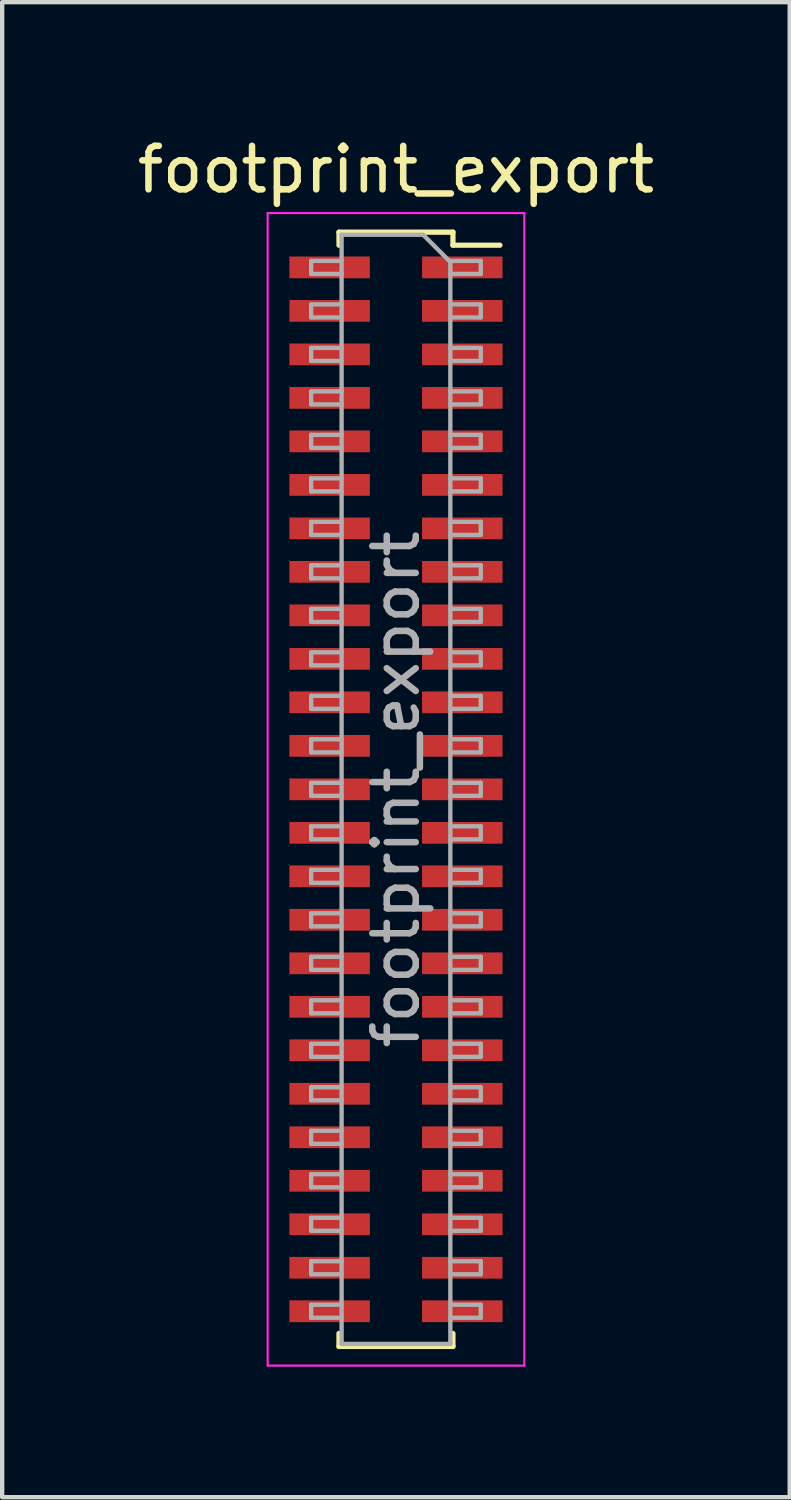
<source format=kicad_pcb>
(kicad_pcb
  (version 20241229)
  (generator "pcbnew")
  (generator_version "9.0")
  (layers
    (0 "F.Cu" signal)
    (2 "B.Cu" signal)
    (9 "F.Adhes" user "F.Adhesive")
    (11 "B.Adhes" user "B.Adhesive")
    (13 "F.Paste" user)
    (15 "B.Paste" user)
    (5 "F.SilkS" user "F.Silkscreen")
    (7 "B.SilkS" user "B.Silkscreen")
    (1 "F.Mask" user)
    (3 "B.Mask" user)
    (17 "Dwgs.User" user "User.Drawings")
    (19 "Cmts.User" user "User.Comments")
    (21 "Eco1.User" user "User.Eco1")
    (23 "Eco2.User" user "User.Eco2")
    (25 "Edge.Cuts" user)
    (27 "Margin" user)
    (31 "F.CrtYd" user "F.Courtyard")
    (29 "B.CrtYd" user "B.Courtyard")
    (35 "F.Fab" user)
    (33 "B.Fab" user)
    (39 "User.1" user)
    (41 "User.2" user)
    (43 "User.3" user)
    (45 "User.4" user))
  (footprint "footprint_export"
    (layer "F.Cu")
    (at 6.054 15.098)
    (property "Reference" "footprint_export" (at 0 -14.25 0) (layer "F.SilkS") (effects (font (size 1 1) (thickness 0.15))))
    (attr smd)
    (fp_line (start -1.31 -12.81) (end -1.31 -12.51) (stroke (width 0.12) (type solid)) (layer "F.SilkS"))
    (fp_line (start -1.31 -12.81) (end 1.31 -12.81) (stroke (width 0.12) (type solid)) (layer "F.SilkS"))
    (fp_line (start -1.31 12.51) (end -1.31 12.81) (stroke (width 0.12) (type solid)) (layer "F.SilkS"))
    (fp_line (start -1.31 12.81) (end 1.31 12.81) (stroke (width 0.12) (type solid)) (layer "F.SilkS"))
    (fp_line (start 1.31 -12.81) (end 1.31 -12.51) (stroke (width 0.12) (type solid)) (layer "F.SilkS"))
    (fp_line (start 1.31 -12.51) (end 2.39 -12.51) (stroke (width 0.12) (type solid)) (layer "F.SilkS"))
    (fp_line (start 1.31 12.51) (end 1.31 12.81) (stroke (width 0.12) (type solid)) (layer "F.SilkS"))
    (fp_line (start -2.95 -13.25) (end 2.95 -13.25) (stroke (width 0.05) (type solid)) (layer "F.CrtYd"))
    (fp_line (start -2.95 13.25) (end -2.95 -13.25) (stroke (width 0.05) (type solid)) (layer "F.CrtYd"))
    (fp_line (start 2.95 -13.25) (end 2.95 13.25) (stroke (width 0.05) (type solid)) (layer "F.CrtYd"))
    (fp_line (start 2.95 13.25) (end -2.95 13.25) (stroke (width 0.05) (type solid)) (layer "F.CrtYd"))
    (fp_line (start -1.95 -12.15) (end -1.25 -12.15) (stroke (width 0.1) (type solid)) (layer "F.Fab"))
    (fp_line (start -1.95 -11.85) (end -1.95 -12.15) (stroke (width 0.1) (type solid)) (layer "F.Fab"))
    (fp_line (start -1.95 -11.15) (end -1.25 -11.15) (stroke (width 0.1) (type solid)) (layer "F.Fab"))
    (fp_line (start -1.95 -10.85) (end -1.95 -11.15) (stroke (width 0.1) (type solid)) (layer "F.Fab"))
    (fp_line (start -1.95 -10.15) (end -1.25 -10.15) (stroke (width 0.1) (type solid)) (layer "F.Fab"))
    (fp_line (start -1.95 -9.85) (end -1.95 -10.15) (stroke (width 0.1) (type solid)) (layer "F.Fab"))
    (fp_line (start -1.95 -9.15) (end -1.25 -9.15) (stroke (width 0.1) (type solid)) (layer "F.Fab"))
    (fp_line (start -1.95 -8.85) (end -1.95 -9.15) (stroke (width 0.1) (type solid)) (layer "F.Fab"))
    (fp_line (start -1.95 -8.15) (end -1.25 -8.15) (stroke (width 0.1) (type solid)) (layer "F.Fab"))
    (fp_line (start -1.95 -7.85) (end -1.95 -8.15) (stroke (width 0.1) (type solid)) (layer "F.Fab"))
    (fp_line (start -1.95 -7.15) (end -1.25 -7.15) (stroke (width 0.1) (type solid)) (layer "F.Fab"))
    (fp_line (start -1.95 -6.85) (end -1.95 -7.15) (stroke (width 0.1) (type solid)) (layer "F.Fab"))
    (fp_line (start -1.95 -6.15) (end -1.25 -6.15) (stroke (width 0.1) (type solid)) (layer "F.Fab"))
    (fp_line (start -1.95 -5.85) (end -1.95 -6.15) (stroke (width 0.1) (type solid)) (layer "F.Fab"))
    (fp_line (start -1.95 -5.15) (end -1.25 -5.15) (stroke (width 0.1) (type solid)) (layer "F.Fab"))
    (fp_line (start -1.95 -4.85) (end -1.95 -5.15) (stroke (width 0.1) (type solid)) (layer "F.Fab"))
    (fp_line (start -1.95 -4.15) (end -1.25 -4.15) (stroke (width 0.1) (type solid)) (layer "F.Fab"))
    (fp_line (start -1.95 -3.85) (end -1.95 -4.15) (stroke (width 0.1) (type solid)) (layer "F.Fab"))
    (fp_line (start -1.95 -3.15) (end -1.25 -3.15) (stroke (width 0.1) (type solid)) (layer "F.Fab"))
    (fp_line (start -1.95 -2.85) (end -1.95 -3.15) (stroke (width 0.1) (type solid)) (layer "F.Fab"))
    (fp_line (start -1.95 -2.15) (end -1.25 -2.15) (stroke (width 0.1) (type solid)) (layer "F.Fab"))
    (fp_line (start -1.95 -1.85) (end -1.95 -2.15) (stroke (width 0.1) (type solid)) (layer "F.Fab"))
    (fp_line (start -1.95 -1.15) (end -1.25 -1.15) (stroke (width 0.1) (type solid)) (layer "F.Fab"))
    (fp_line (start -1.95 -0.85) (end -1.95 -1.15) (stroke (width 0.1) (type solid)) (layer "F.Fab"))
    (fp_line (start -1.95 -0.15) (end -1.25 -0.15) (stroke (width 0.1) (type solid)) (layer "F.Fab"))
    (fp_line (start -1.95 0.15) (end -1.95 -0.15) (stroke (width 0.1) (type solid)) (layer "F.Fab"))
    (fp_line (start -1.95 0.85) (end -1.25 0.85) (stroke (width 0.1) (type solid)) (layer "F.Fab"))
    (fp_line (start -1.95 1.15) (end -1.95 0.85) (stroke (width 0.1) (type solid)) (layer "F.Fab"))
    (fp_line (start -1.95 1.85) (end -1.25 1.85) (stroke (width 0.1) (type solid)) (layer "F.Fab"))
    (fp_line (start -1.95 2.15) (end -1.95 1.85) (stroke (width 0.1) (type solid)) (layer "F.Fab"))
    (fp_line (start -1.95 2.85) (end -1.25 2.85) (stroke (width 0.1) (type solid)) (layer "F.Fab"))
    (fp_line (start -1.95 3.15) (end -1.95 2.85) (stroke (width 0.1) (type solid)) (layer "F.Fab"))
    (fp_line (start -1.95 3.85) (end -1.25 3.85) (stroke (width 0.1) (type solid)) (layer "F.Fab"))
    (fp_line (start -1.95 4.15) (end -1.95 3.85) (stroke (width 0.1) (type solid)) (layer "F.Fab"))
    (fp_line (start -1.95 4.85) (end -1.25 4.85) (stroke (width 0.1) (type solid)) (layer "F.Fab"))
    (fp_line (start -1.95 5.15) (end -1.95 4.85) (stroke (width 0.1) (type solid)) (layer "F.Fab"))
    (fp_line (start -1.95 5.85) (end -1.25 5.85) (stroke (width 0.1) (type solid)) (layer "F.Fab"))
    (fp_line (start -1.95 6.15) (end -1.95 5.85) (stroke (width 0.1) (type solid)) (layer "F.Fab"))
    (fp_line (start -1.95 6.85) (end -1.25 6.85) (stroke (width 0.1) (type solid)) (layer "F.Fab"))
    (fp_line (start -1.95 7.15) (end -1.95 6.85) (stroke (width 0.1) (type solid)) (layer "F.Fab"))
    (fp_line (start -1.95 7.85) (end -1.25 7.85) (stroke (width 0.1) (type solid)) (layer "F.Fab"))
    (fp_line (start -1.95 8.15) (end -1.95 7.85) (stroke (width 0.1) (type solid)) (layer "F.Fab"))
    (fp_line (start -1.95 8.85) (end -1.25 8.85) (stroke (width 0.1) (type solid)) (layer "F.Fab"))
    (fp_line (start -1.95 9.15) (end -1.95 8.85) (stroke (width 0.1) (type solid)) (layer "F.Fab"))
    (fp_line (start -1.95 9.85) (end -1.25 9.85) (stroke (width 0.1) (type solid)) (layer "F.Fab"))
    (fp_line (start -1.95 10.15) (end -1.95 9.85) (stroke (width 0.1) (type solid)) (layer "F.Fab"))
    (fp_line (start -1.95 10.85) (end -1.25 10.85) (stroke (width 0.1) (type solid)) (layer "F.Fab"))
    (fp_line (start -1.95 11.15) (end -1.95 10.85) (stroke (width 0.1) (type solid)) (layer "F.Fab"))
    (fp_line (start -1.95 11.85) (end -1.25 11.85) (stroke (width 0.1) (type solid)) (layer "F.Fab"))
    (fp_line (start -1.95 12.15) (end -1.95 11.85) (stroke (width 0.1) (type solid)) (layer "F.Fab"))
    (fp_line (start -1.25 -12.75) (end 0.625 -12.75) (stroke (width 0.1) (type solid)) (layer "F.Fab"))
    (fp_line (start -1.25 -11.85) (end -1.95 -11.85) (stroke (width 0.1) (type solid)) (layer "F.Fab"))
    (fp_line (start -1.25 -10.85) (end -1.95 -10.85) (stroke (width 0.1) (type solid)) (layer "F.Fab"))
    (fp_line (start -1.25 -9.85) (end -1.95 -9.85) (stroke (width 0.1) (type solid)) (layer "F.Fab"))
    (fp_line (start -1.25 -8.85) (end -1.95 -8.85) (stroke (width 0.1) (type solid)) (layer "F.Fab"))
    (fp_line (start -1.25 -7.85) (end -1.95 -7.85) (stroke (width 0.1) (type solid)) (layer "F.Fab"))
    (fp_line (start -1.25 -6.85) (end -1.95 -6.85) (stroke (width 0.1) (type solid)) (layer "F.Fab"))
    (fp_line (start -1.25 -5.85) (end -1.95 -5.85) (stroke (width 0.1) (type solid)) (layer "F.Fab"))
    (fp_line (start -1.25 -4.85) (end -1.95 -4.85) (stroke (width 0.1) (type solid)) (layer "F.Fab"))
    (fp_line (start -1.25 -3.85) (end -1.95 -3.85) (stroke (width 0.1) (type solid)) (layer "F.Fab"))
    (fp_line (start -1.25 -2.85) (end -1.95 -2.85) (stroke (width 0.1) (type solid)) (layer "F.Fab"))
    (fp_line (start -1.25 -1.85) (end -1.95 -1.85) (stroke (width 0.1) (type solid)) (layer "F.Fab"))
    (fp_line (start -1.25 -0.85) (end -1.95 -0.85) (stroke (width 0.1) (type solid)) (layer "F.Fab"))
    (fp_line (start -1.25 0.15) (end -1.95 0.15) (stroke (width 0.1) (type solid)) (layer "F.Fab"))
    (fp_line (start -1.25 1.15) (end -1.95 1.15) (stroke (width 0.1) (type solid)) (layer "F.Fab"))
    (fp_line (start -1.25 2.15) (end -1.95 2.15) (stroke (width 0.1) (type solid)) (layer "F.Fab"))
    (fp_line (start -1.25 3.15) (end -1.95 3.15) (stroke (width 0.1) (type solid)) (layer "F.Fab"))
    (fp_line (start -1.25 4.15) (end -1.95 4.15) (stroke (width 0.1) (type solid)) (layer "F.Fab"))
    (fp_line (start -1.25 5.15) (end -1.95 5.15) (stroke (width 0.1) (type solid)) (layer "F.Fab"))
    (fp_line (start -1.25 6.15) (end -1.95 6.15) (stroke (width 0.1) (type solid)) (layer "F.Fab"))
    (fp_line (start -1.25 7.15) (end -1.95 7.15) (stroke (width 0.1) (type solid)) (layer "F.Fab"))
    (fp_line (start -1.25 8.15) (end -1.95 8.15) (stroke (width 0.1) (type solid)) (layer "F.Fab"))
    (fp_line (start -1.25 9.15) (end -1.95 9.15) (stroke (width 0.1) (type solid)) (layer "F.Fab"))
    (fp_line (start -1.25 10.15) (end -1.95 10.15) (stroke (width 0.1) (type solid)) (layer "F.Fab"))
    (fp_line (start -1.25 11.15) (end -1.95 11.15) (stroke (width 0.1) (type solid)) (layer "F.Fab"))
    (fp_line (start -1.25 12.15) (end -1.95 12.15) (stroke (width 0.1) (type solid)) (layer "F.Fab"))
    (fp_line (start -1.25 12.75) (end -1.25 -12.75) (stroke (width 0.1) (type solid)) (layer "F.Fab"))
    (fp_line (start 0.625 -12.75) (end 1.25 -12.125) (stroke (width 0.1) (type solid)) (layer "F.Fab"))
    (fp_line (start 1.25 -12.15) (end 1.95 -12.15) (stroke (width 0.1) (type solid)) (layer "F.Fab"))
    (fp_line (start 1.25 -12.125) (end 1.25 12.75) (stroke (width 0.1) (type solid)) (layer "F.Fab"))
    (fp_line (start 1.25 -11.15) (end 1.95 -11.15) (stroke (width 0.1) (type solid)) (layer "F.Fab"))
    (fp_line (start 1.25 -10.15) (end 1.95 -10.15) (stroke (width 0.1) (type solid)) (layer "F.Fab"))
    (fp_line (start 1.25 -9.15) (end 1.95 -9.15) (stroke (width 0.1) (type solid)) (layer "F.Fab"))
    (fp_line (start 1.25 -8.15) (end 1.95 -8.15) (stroke (width 0.1) (type solid)) (layer "F.Fab"))
    (fp_line (start 1.25 -7.15) (end 1.95 -7.15) (stroke (width 0.1) (type solid)) (layer "F.Fab"))
    (fp_line (start 1.25 -6.15) (end 1.95 -6.15) (stroke (width 0.1) (type solid)) (layer "F.Fab"))
    (fp_line (start 1.25 -5.15) (end 1.95 -5.15) (stroke (width 0.1) (type solid)) (layer "F.Fab"))
    (fp_line (start 1.25 -4.15) (end 1.95 -4.15) (stroke (width 0.1) (type solid)) (layer "F.Fab"))
    (fp_line (start 1.25 -3.15) (end 1.95 -3.15) (stroke (width 0.1) (type solid)) (layer "F.Fab"))
    (fp_line (start 1.25 -2.15) (end 1.95 -2.15) (stroke (width 0.1) (type solid)) (layer "F.Fab"))
    (fp_line (start 1.25 -1.15) (end 1.95 -1.15) (stroke (width 0.1) (type solid)) (layer "F.Fab"))
    (fp_line (start 1.25 -0.15) (end 1.95 -0.15) (stroke (width 0.1) (type solid)) (layer "F.Fab"))
    (fp_line (start 1.25 0.85) (end 1.95 0.85) (stroke (width 0.1) (type solid)) (layer "F.Fab"))
    (fp_line (start 1.25 1.85) (end 1.95 1.85) (stroke (width 0.1) (type solid)) (layer "F.Fab"))
    (fp_line (start 1.25 2.85) (end 1.95 2.85) (stroke (width 0.1) (type solid)) (layer "F.Fab"))
    (fp_line (start 1.25 3.85) (end 1.95 3.85) (stroke (width 0.1) (type solid)) (layer "F.Fab"))
    (fp_line (start 1.25 4.85) (end 1.95 4.85) (stroke (width 0.1) (type solid)) (layer "F.Fab"))
    (fp_line (start 1.25 5.85) (end 1.95 5.85) (stroke (width 0.1) (type solid)) (layer "F.Fab"))
    (fp_line (start 1.25 6.85) (end 1.95 6.85) (stroke (width 0.1) (type solid)) (layer "F.Fab"))
    (fp_line (start 1.25 7.85) (end 1.95 7.85) (stroke (width 0.1) (type solid)) (layer "F.Fab"))
    (fp_line (start 1.25 8.85) (end 1.95 8.85) (stroke (width 0.1) (type solid)) (layer "F.Fab"))
    (fp_line (start 1.25 9.85) (end 1.95 9.85) (stroke (width 0.1) (type solid)) (layer "F.Fab"))
    (fp_line (start 1.25 10.85) (end 1.95 10.85) (stroke (width 0.1) (type solid)) (layer "F.Fab"))
    (fp_line (start 1.25 11.85) (end 1.95 11.85) (stroke (width 0.1) (type solid)) (layer "F.Fab"))
    (fp_line (start 1.25 12.75) (end -1.25 12.75) (stroke (width 0.1) (type solid)) (layer "F.Fab"))
    (fp_line (start 1.95 -12.15) (end 1.95 -11.85) (stroke (width 0.1) (type solid)) (layer "F.Fab"))
    (fp_line (start 1.95 -11.85) (end 1.25 -11.85) (stroke (width 0.1) (type solid)) (layer "F.Fab"))
    (fp_line (start 1.95 -11.15) (end 1.95 -10.85) (stroke (width 0.1) (type solid)) (layer "F.Fab"))
    (fp_line (start 1.95 -10.85) (end 1.25 -10.85) (stroke (width 0.1) (type solid)) (layer "F.Fab"))
    (fp_line (start 1.95 -10.15) (end 1.95 -9.85) (stroke (width 0.1) (type solid)) (layer "F.Fab"))
    (fp_line (start 1.95 -9.85) (end 1.25 -9.85) (stroke (width 0.1) (type solid)) (layer "F.Fab"))
    (fp_line (start 1.95 -9.15) (end 1.95 -8.85) (stroke (width 0.1) (type solid)) (layer "F.Fab"))
    (fp_line (start 1.95 -8.85) (end 1.25 -8.85) (stroke (width 0.1) (type solid)) (layer "F.Fab"))
    (fp_line (start 1.95 -8.15) (end 1.95 -7.85) (stroke (width 0.1) (type solid)) (layer "F.Fab"))
    (fp_line (start 1.95 -7.85) (end 1.25 -7.85) (stroke (width 0.1) (type solid)) (layer "F.Fab"))
    (fp_line (start 1.95 -7.15) (end 1.95 -6.85) (stroke (width 0.1) (type solid)) (layer "F.Fab"))
    (fp_line (start 1.95 -6.85) (end 1.25 -6.85) (stroke (width 0.1) (type solid)) (layer "F.Fab"))
    (fp_line (start 1.95 -6.15) (end 1.95 -5.85) (stroke (width 0.1) (type solid)) (layer "F.Fab"))
    (fp_line (start 1.95 -5.85) (end 1.25 -5.85) (stroke (width 0.1) (type solid)) (layer "F.Fab"))
    (fp_line (start 1.95 -5.15) (end 1.95 -4.85) (stroke (width 0.1) (type solid)) (layer "F.Fab"))
    (fp_line (start 1.95 -4.85) (end 1.25 -4.85) (stroke (width 0.1) (type solid)) (layer "F.Fab"))
    (fp_line (start 1.95 -4.15) (end 1.95 -3.85) (stroke (width 0.1) (type solid)) (layer "F.Fab"))
    (fp_line (start 1.95 -3.85) (end 1.25 -3.85) (stroke (width 0.1) (type solid)) (layer "F.Fab"))
    (fp_line (start 1.95 -3.15) (end 1.95 -2.85) (stroke (width 0.1) (type solid)) (layer "F.Fab"))
    (fp_line (start 1.95 -2.85) (end 1.25 -2.85) (stroke (width 0.1) (type solid)) (layer "F.Fab"))
    (fp_line (start 1.95 -2.15) (end 1.95 -1.85) (stroke (width 0.1) (type solid)) (layer "F.Fab"))
    (fp_line (start 1.95 -1.85) (end 1.25 -1.85) (stroke (width 0.1) (type solid)) (layer "F.Fab"))
    (fp_line (start 1.95 -1.15) (end 1.95 -0.85) (stroke (width 0.1) (type solid)) (layer "F.Fab"))
    (fp_line (start 1.95 -0.85) (end 1.25 -0.85) (stroke (width 0.1) (type solid)) (layer "F.Fab"))
    (fp_line (start 1.95 -0.15) (end 1.95 0.15) (stroke (width 0.1) (type solid)) (layer "F.Fab"))
    (fp_line (start 1.95 0.15) (end 1.25 0.15) (stroke (width 0.1) (type solid)) (layer "F.Fab"))
    (fp_line (start 1.95 0.85) (end 1.95 1.15) (stroke (width 0.1) (type solid)) (layer "F.Fab"))
    (fp_line (start 1.95 1.15) (end 1.25 1.15) (stroke (width 0.1) (type solid)) (layer "F.Fab"))
    (fp_line (start 1.95 1.85) (end 1.95 2.15) (stroke (width 0.1) (type solid)) (layer "F.Fab"))
    (fp_line (start 1.95 2.15) (end 1.25 2.15) (stroke (width 0.1) (type solid)) (layer "F.Fab"))
    (fp_line (start 1.95 2.85) (end 1.95 3.15) (stroke (width 0.1) (type solid)) (layer "F.Fab"))
    (fp_line (start 1.95 3.15) (end 1.25 3.15) (stroke (width 0.1) (type solid)) (layer "F.Fab"))
    (fp_line (start 1.95 3.85) (end 1.95 4.15) (stroke (width 0.1) (type solid)) (layer "F.Fab"))
    (fp_line (start 1.95 4.15) (end 1.25 4.15) (stroke (width 0.1) (type solid)) (layer "F.Fab"))
    (fp_line (start 1.95 4.85) (end 1.95 5.15) (stroke (width 0.1) (type solid)) (layer "F.Fab"))
    (fp_line (start 1.95 5.15) (end 1.25 5.15) (stroke (width 0.1) (type solid)) (layer "F.Fab"))
    (fp_line (start 1.95 5.85) (end 1.95 6.15) (stroke (width 0.1) (type solid)) (layer "F.Fab"))
    (fp_line (start 1.95 6.15) (end 1.25 6.15) (stroke (width 0.1) (type solid)) (layer "F.Fab"))
    (fp_line (start 1.95 6.85) (end 1.95 7.15) (stroke (width 0.1) (type solid)) (layer "F.Fab"))
    (fp_line (start 1.95 7.15) (end 1.25 7.15) (stroke (width 0.1) (type solid)) (layer "F.Fab"))
    (fp_line (start 1.95 7.85) (end 1.95 8.15) (stroke (width 0.1) (type solid)) (layer "F.Fab"))
    (fp_line (start 1.95 8.15) (end 1.25 8.15) (stroke (width 0.1) (type solid)) (layer "F.Fab"))
    (fp_line (start 1.95 8.85) (end 1.95 9.15) (stroke (width 0.1) (type solid)) (layer "F.Fab"))
    (fp_line (start 1.95 9.15) (end 1.25 9.15) (stroke (width 0.1) (type solid)) (layer "F.Fab"))
    (fp_line (start 1.95 9.85) (end 1.95 10.15) (stroke (width 0.1) (type solid)) (layer "F.Fab"))
    (fp_line (start 1.95 10.15) (end 1.25 10.15) (stroke (width 0.1) (type solid)) (layer "F.Fab"))
    (fp_line (start 1.95 10.85) (end 1.95 11.15) (stroke (width 0.1) (type solid)) (layer "F.Fab"))
    (fp_line (start 1.95 11.15) (end 1.25 11.15) (stroke (width 0.1) (type solid)) (layer "F.Fab"))
    (fp_line (start 1.95 11.85) (end 1.95 12.15) (stroke (width 0.1) (type solid)) (layer "F.Fab"))
    (fp_line (start 1.95 12.15) (end 1.25 12.15) (stroke (width 0.1) (type solid)) (layer "F.Fab"))
    (fp_text user "${REFERENCE}" (at 0 0 90) (layer "F.Fab") (effects (font (size 1 1) (thickness 0.15))))
    (pad "1" smd rect (at 1.525 -12) (size 1.85 0.5) (layers "F.Cu" "F.Mask" "F.Paste"))
    (pad "2" smd rect (at -1.525 -12) (size 1.85 0.5) (layers "F.Cu" "F.Mask" "F.Paste"))
    (pad "3" smd rect (at 1.525 -11) (size 1.85 0.5) (layers "F.Cu" "F.Mask" "F.Paste"))
    (pad "4" smd rect (at -1.525 -11) (size 1.85 0.5) (layers "F.Cu" "F.Mask" "F.Paste"))
    (pad "5" smd rect (at 1.525 -10) (size 1.85 0.5) (layers "F.Cu" "F.Mask" "F.Paste"))
    (pad "6" smd rect (at -1.525 -10) (size 1.85 0.5) (layers "F.Cu" "F.Mask" "F.Paste"))
    (pad "7" smd rect (at 1.525 -9) (size 1.85 0.5) (layers "F.Cu" "F.Mask" "F.Paste"))
    (pad "8" smd rect (at -1.525 -9) (size 1.85 0.5) (layers "F.Cu" "F.Mask" "F.Paste"))
    (pad "9" smd rect (at 1.525 -8) (size 1.85 0.5) (layers "F.Cu" "F.Mask" "F.Paste"))
    (pad "10" smd rect (at -1.525 -8) (size 1.85 0.5) (layers "F.Cu" "F.Mask" "F.Paste"))
    (pad "11" smd rect (at 1.525 -7) (size 1.85 0.5) (layers "F.Cu" "F.Mask" "F.Paste"))
    (pad "12" smd rect (at -1.525 -7) (size 1.85 0.5) (layers "F.Cu" "F.Mask" "F.Paste"))
    (pad "13" smd rect (at 1.525 -6) (size 1.85 0.5) (layers "F.Cu" "F.Mask" "F.Paste"))
    (pad "14" smd rect (at -1.525 -6) (size 1.85 0.5) (layers "F.Cu" "F.Mask" "F.Paste"))
    (pad "15" smd rect (at 1.525 -5) (size 1.85 0.5) (layers "F.Cu" "F.Mask" "F.Paste"))
    (pad "16" smd rect (at -1.525 -5) (size 1.85 0.5) (layers "F.Cu" "F.Mask" "F.Paste"))
    (pad "17" smd rect (at 1.525 -4) (size 1.85 0.5) (layers "F.Cu" "F.Mask" "F.Paste"))
    (pad "18" smd rect (at -1.525 -4) (size 1.85 0.5) (layers "F.Cu" "F.Mask" "F.Paste"))
    (pad "19" smd rect (at 1.525 -3) (size 1.85 0.5) (layers "F.Cu" "F.Mask" "F.Paste"))
    (pad "20" smd rect (at -1.525 -3) (size 1.85 0.5) (layers "F.Cu" "F.Mask" "F.Paste"))
    (pad "21" smd rect (at 1.525 -2) (size 1.85 0.5) (layers "F.Cu" "F.Mask" "F.Paste"))
    (pad "22" smd rect (at -1.525 -2) (size 1.85 0.5) (layers "F.Cu" "F.Mask" "F.Paste"))
    (pad "23" smd rect (at 1.525 -1) (size 1.85 0.5) (layers "F.Cu" "F.Mask" "F.Paste"))
    (pad "24" smd rect (at -1.525 -1) (size 1.85 0.5) (layers "F.Cu" "F.Mask" "F.Paste"))
    (pad "25" smd rect (at 1.525 0) (size 1.85 0.5) (layers "F.Cu" "F.Mask" "F.Paste"))
    (pad "26" smd rect (at -1.525 0) (size 1.85 0.5) (layers "F.Cu" "F.Mask" "F.Paste"))
    (pad "27" smd rect (at 1.525 1) (size 1.85 0.5) (layers "F.Cu" "F.Mask" "F.Paste"))
    (pad "28" smd rect (at -1.525 1) (size 1.85 0.5) (layers "F.Cu" "F.Mask" "F.Paste"))
    (pad "29" smd rect (at 1.525 2) (size 1.85 0.5) (layers "F.Cu" "F.Mask" "F.Paste"))
    (pad "30" smd rect (at -1.525 2) (size 1.85 0.5) (layers "F.Cu" "F.Mask" "F.Paste"))
    (pad "31" smd rect (at 1.525 3) (size 1.85 0.5) (layers "F.Cu" "F.Mask" "F.Paste"))
    (pad "32" smd rect (at -1.525 3) (size 1.85 0.5) (layers "F.Cu" "F.Mask" "F.Paste"))
    (pad "33" smd rect (at 1.525 4) (size 1.85 0.5) (layers "F.Cu" "F.Mask" "F.Paste"))
    (pad "34" smd rect (at -1.525 4) (size 1.85 0.5) (layers "F.Cu" "F.Mask" "F.Paste"))
    (pad "35" smd rect (at 1.525 5) (size 1.85 0.5) (layers "F.Cu" "F.Mask" "F.Paste"))
    (pad "36" smd rect (at -1.525 5) (size 1.85 0.5) (layers "F.Cu" "F.Mask" "F.Paste"))
    (pad "37" smd rect (at 1.525 6) (size 1.85 0.5) (layers "F.Cu" "F.Mask" "F.Paste"))
    (pad "38" smd rect (at -1.525 6) (size 1.85 0.5) (layers "F.Cu" "F.Mask" "F.Paste"))
    (pad "39" smd rect (at 1.525 7) (size 1.85 0.5) (layers "F.Cu" "F.Mask" "F.Paste"))
    (pad "40" smd rect (at -1.525 7) (size 1.85 0.5) (layers "F.Cu" "F.Mask" "F.Paste"))
    (pad "41" smd rect (at 1.525 8) (size 1.85 0.5) (layers "F.Cu" "F.Mask" "F.Paste"))
    (pad "42" smd rect (at -1.525 8) (size 1.85 0.5) (layers "F.Cu" "F.Mask" "F.Paste"))
    (pad "43" smd rect (at 1.525 9) (size 1.85 0.5) (layers "F.Cu" "F.Mask" "F.Paste"))
    (pad "44" smd rect (at -1.525 9) (size 1.85 0.5) (layers "F.Cu" "F.Mask" "F.Paste"))
    (pad "45" smd rect (at 1.525 10) (size 1.85 0.5) (layers "F.Cu" "F.Mask" "F.Paste"))
    (pad "46" smd rect (at -1.525 10) (size 1.85 0.5) (layers "F.Cu" "F.Mask" "F.Paste"))
    (pad "47" smd rect (at 1.525 11) (size 1.85 0.5) (layers "F.Cu" "F.Mask" "F.Paste"))
    (pad "48" smd rect (at -1.525 11) (size 1.85 0.5) (layers "F.Cu" "F.Mask" "F.Paste"))
    (pad "49" smd rect (at 1.525 12) (size 1.85 0.5) (layers "F.Cu" "F.Mask" "F.Paste"))
    (pad "50" smd rect (at -1.525 12) (size 1.85 0.5) (layers "F.Cu" "F.Mask" "F.Paste")))
  (gr_rect
    (start -3 -3)
    (end 15.107 31.373)
    (stroke (width 0.1) (type default))
    (fill no)
    (layer "Edge.Cuts")))
</source>
